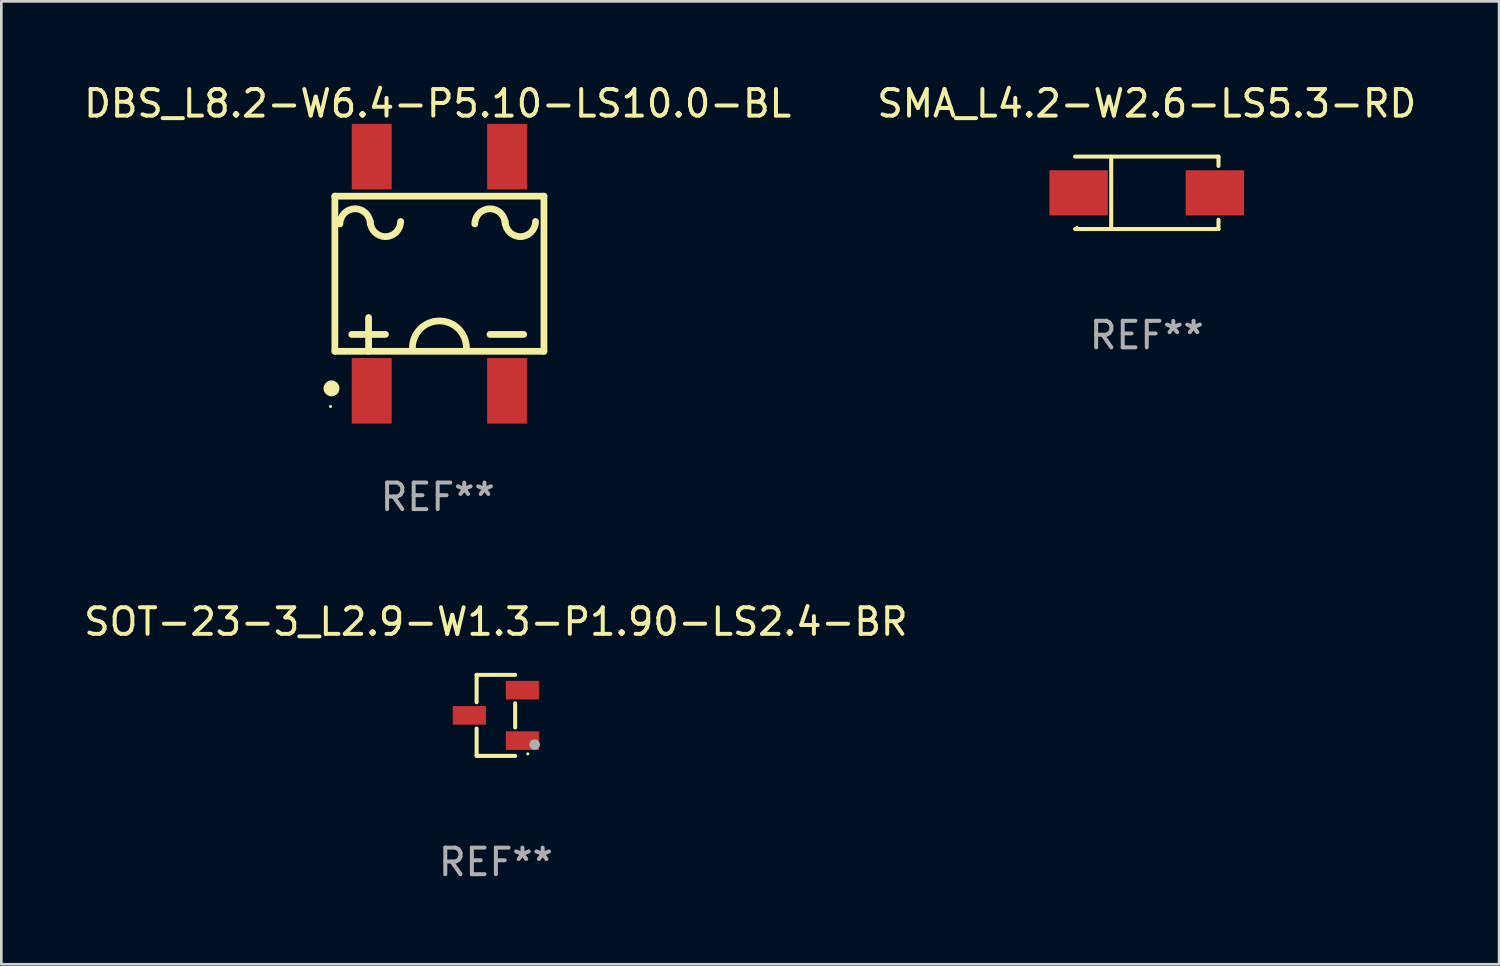
<source format=kicad_pcb>
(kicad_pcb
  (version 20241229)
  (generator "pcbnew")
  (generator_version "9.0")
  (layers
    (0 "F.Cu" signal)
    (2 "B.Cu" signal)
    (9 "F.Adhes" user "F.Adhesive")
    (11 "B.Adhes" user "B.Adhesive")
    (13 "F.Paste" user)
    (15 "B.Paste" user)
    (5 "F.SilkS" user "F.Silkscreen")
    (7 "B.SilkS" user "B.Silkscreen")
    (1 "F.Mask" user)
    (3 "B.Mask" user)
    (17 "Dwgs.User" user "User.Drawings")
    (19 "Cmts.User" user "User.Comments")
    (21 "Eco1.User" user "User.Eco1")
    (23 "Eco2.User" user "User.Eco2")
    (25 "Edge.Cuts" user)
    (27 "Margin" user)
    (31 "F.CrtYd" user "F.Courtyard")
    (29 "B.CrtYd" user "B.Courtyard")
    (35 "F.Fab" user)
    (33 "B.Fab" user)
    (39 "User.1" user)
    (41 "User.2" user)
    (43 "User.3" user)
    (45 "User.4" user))
  (footprint "DBS_L8.2-W6.4-P5.10-LS10.0-BL"
    (layer "F.Cu")
    (at 13.498 7.258)
    (property "Reference" "DBS_L8.2-W6.4-P5.10-LS10.0-BL" (at -0.064 -6.41 0) (layer "F.SilkS") (effects (font (size 1 1) (thickness 0.15))))
    (attr smd)
    (fp_line (start -3.937 -2.921) (end -3.937 2.921) (stroke (width 0.254) (type solid)) (layer "F.SilkS"))
    (fp_line (start -3.937 2.921) (end 3.937 2.921) (stroke (width 0.254) (type solid)) (layer "F.SilkS"))
    (fp_line (start -2.667 1.651) (end -2.667 2.921) (stroke (width 0.254) (type solid)) (layer "F.SilkS"))
    (fp_line (start -2.032 2.286) (end -3.302 2.286) (stroke (width 0.254) (type solid)) (layer "F.SilkS"))
    (fp_line (start 3.175 2.286) (end 1.905 2.286) (stroke (width 0.254) (type solid)) (layer "F.SilkS"))
    (fp_line (start 3.937 -2.921) (end -3.937 -2.921) (stroke (width 0.254) (type solid)) (layer "F.SilkS"))
    (fp_line (start 3.937 2.921) (end 3.937 -2.921) (stroke (width 0.254) (type solid)) (layer "F.SilkS"))
    (fp_arc (start -3.746533 -1.873203) (mid -3.175032 -2.444704) (end -2.603531 -1.873203) (stroke (width 0.254001) (type solid)) (layer "F.SilkS"))
    (fp_arc (start -1.460528 -1.968453) (mid -2.032029 -1.396952) (end -2.60353 -1.968453) (stroke (width 0.254001) (type solid)) (layer "F.SilkS"))
    (fp_arc (start -1.016027 2.794056) (mid -0.000024 1.778055) (end 1.015977 2.794058) (stroke (width 0.254001) (type solid)) (layer "F.SilkS"))
    (fp_arc (start 1.333477 -1.873203) (mid 1.904978 -2.444704) (end 2.476479 -1.873203) (stroke (width 0.254001) (type solid)) (layer "F.SilkS"))
    (fp_arc (start 3.619482 -1.968453) (mid 3.047981 -1.396952) (end 2.47648 -1.968453) (stroke (width 0.254001) (type solid)) (layer "F.SilkS"))
    (fp_circle (center -4.1 5) (end -4.07 5) (stroke (width 0.06) (type solid)) (fill no) (layer "F.SilkS"))
    (fp_circle (center -4.064 4.318) (end -3.914 4.318) (stroke (width 0.3) (type solid)) (fill no) (layer "F.SilkS"))
    (fp_text user "REF**" (at -0.064 8.41 0) (layer "F.Fab") (effects (font (size 1 1) (thickness 0.15))))
    (pad "1" smd rect (at -2.55 4.41 180) (size 1.505 2.47) (layers "F.Cu" "F.Mask" "F.Paste"))
    (pad "2" smd rect (at 2.55 4.41 180) (size 1.505 2.47) (layers "F.Cu" "F.Mask" "F.Paste"))
    (pad "3" smd rect (at 2.55 -4.41 180) (size 1.505 2.47) (layers "F.Cu" "F.Mask" "F.Paste"))
    (pad "4" smd rect (at -2.55 -4.41 180) (size 1.505 2.47) (layers "F.Cu" "F.Mask" "F.Paste")))
  (footprint "SOT-23-3_L2.9-W1.3-P1.90-LS2.4-BR"
    (layer "F.Cu")
    (at 15.625 23.891)
    (property "Reference" "SOT-23-3_L2.9-W1.3-P1.90-LS2.4-BR" (at 0 -3.526 0) (layer "F.SilkS") (effects (font (size 1 1) (thickness 0.15))))
    (attr smd)
    (fp_line (start -0.726 -1.526) (end -0.726 -0.495) (stroke (width 0.152) (type solid)) (layer "F.SilkS"))
    (fp_line (start -0.726 1.526) (end -0.726 0.495) (stroke (width 0.152) (type solid)) (layer "F.SilkS"))
    (fp_line (start 0.726 -1.526) (end -0.726 -1.526) (stroke (width 0.152) (type solid)) (layer "F.SilkS"))
    (fp_line (start 0.726 -0.455) (end 0.726 0.455) (stroke (width 0.152) (type solid)) (layer "F.SilkS"))
    (fp_line (start 0.726 1.526) (end -0.726 1.526) (stroke (width 0.152) (type solid)) (layer "F.SilkS"))
    (fp_circle (center 1.2 1.45) (end 1.23 1.45) (stroke (width 0.06) (type solid)) (fill no) (layer "F.SilkS"))
    (fp_circle (center 1.46 1.1) (end 1.56 1.1) (stroke (width 0.2) (type solid)) (fill no) (layer "F.Fab"))
    (fp_text user "REF**" (at 0 5.526 0) (layer "F.Fab") (effects (font (size 1 1) (thickness 0.15))))
    (pad "1" smd rect (at 1 0.95) (size 1.25 0.7) (layers "F.Cu" "F.Mask" "F.Paste"))
    (pad "2" smd rect (at 1 -0.95) (size 1.25 0.7) (layers "F.Cu" "F.Mask" "F.Paste"))
    (pad "3" smd rect (at -1 0) (size 1.25 0.7) (layers "F.Cu" "F.Mask" "F.Paste")))
  (footprint "SMA_L4.2-W2.6-LS5.3-RD"
    (layer "F.Cu")
    (at 40.137 4.212)
    (property "Reference" "SMA_L4.2-W2.6-LS5.3-RD" (at -0.000025 -3.364 0) (layer "F.SilkS") (effects (font (size 1 1) (thickness 0.15))))
    (attr smd)
    (fp_line (start -2.701 -1.364) (end 2.701 -1.364) (stroke (width 0.152) (type solid)) (layer "F.SilkS"))
    (fp_line (start -2.701 1.364) (end 2.701 1.364) (stroke (width 0.152) (type solid)) (layer "F.SilkS"))
    (fp_line (start -1.339 -1.364) (end -1.339 1.364) (stroke (width 0.152) (type solid)) (layer "F.SilkS"))
    (fp_line (start 2.701 -1.364) (end 2.701 -1.013) (stroke (width 0.152) (type solid)) (layer "F.SilkS"))
    (fp_line (start 2.701 1.364) (end 2.701 1.013) (stroke (width 0.152) (type solid)) (layer "F.SilkS"))
    (fp_circle (center -2.628 1.3) (end -2.598 1.3) (stroke (width 0.06) (type solid)) (fill no) (layer "F.SilkS"))
    (fp_text user "REF**" (at -0.000025 5.364 0) (layer "F.Fab") (effects (font (size 1 1) (thickness 0.15))))
    (pad "1" smd rect (at -2.565 0) (size 2.2 1.7) (layers "F.Cu" "F.Mask" "F.Paste"))
    (pad "2" smd rect (at 2.565 0) (size 2.2 1.7) (layers "F.Cu" "F.Mask" "F.Paste")))
  (gr_rect
    (start -3 -3)
    (end 53.405 33.265)
    (stroke (width 0.1) (type default))
    (fill no)
    (layer "Edge.Cuts")))
</source>
